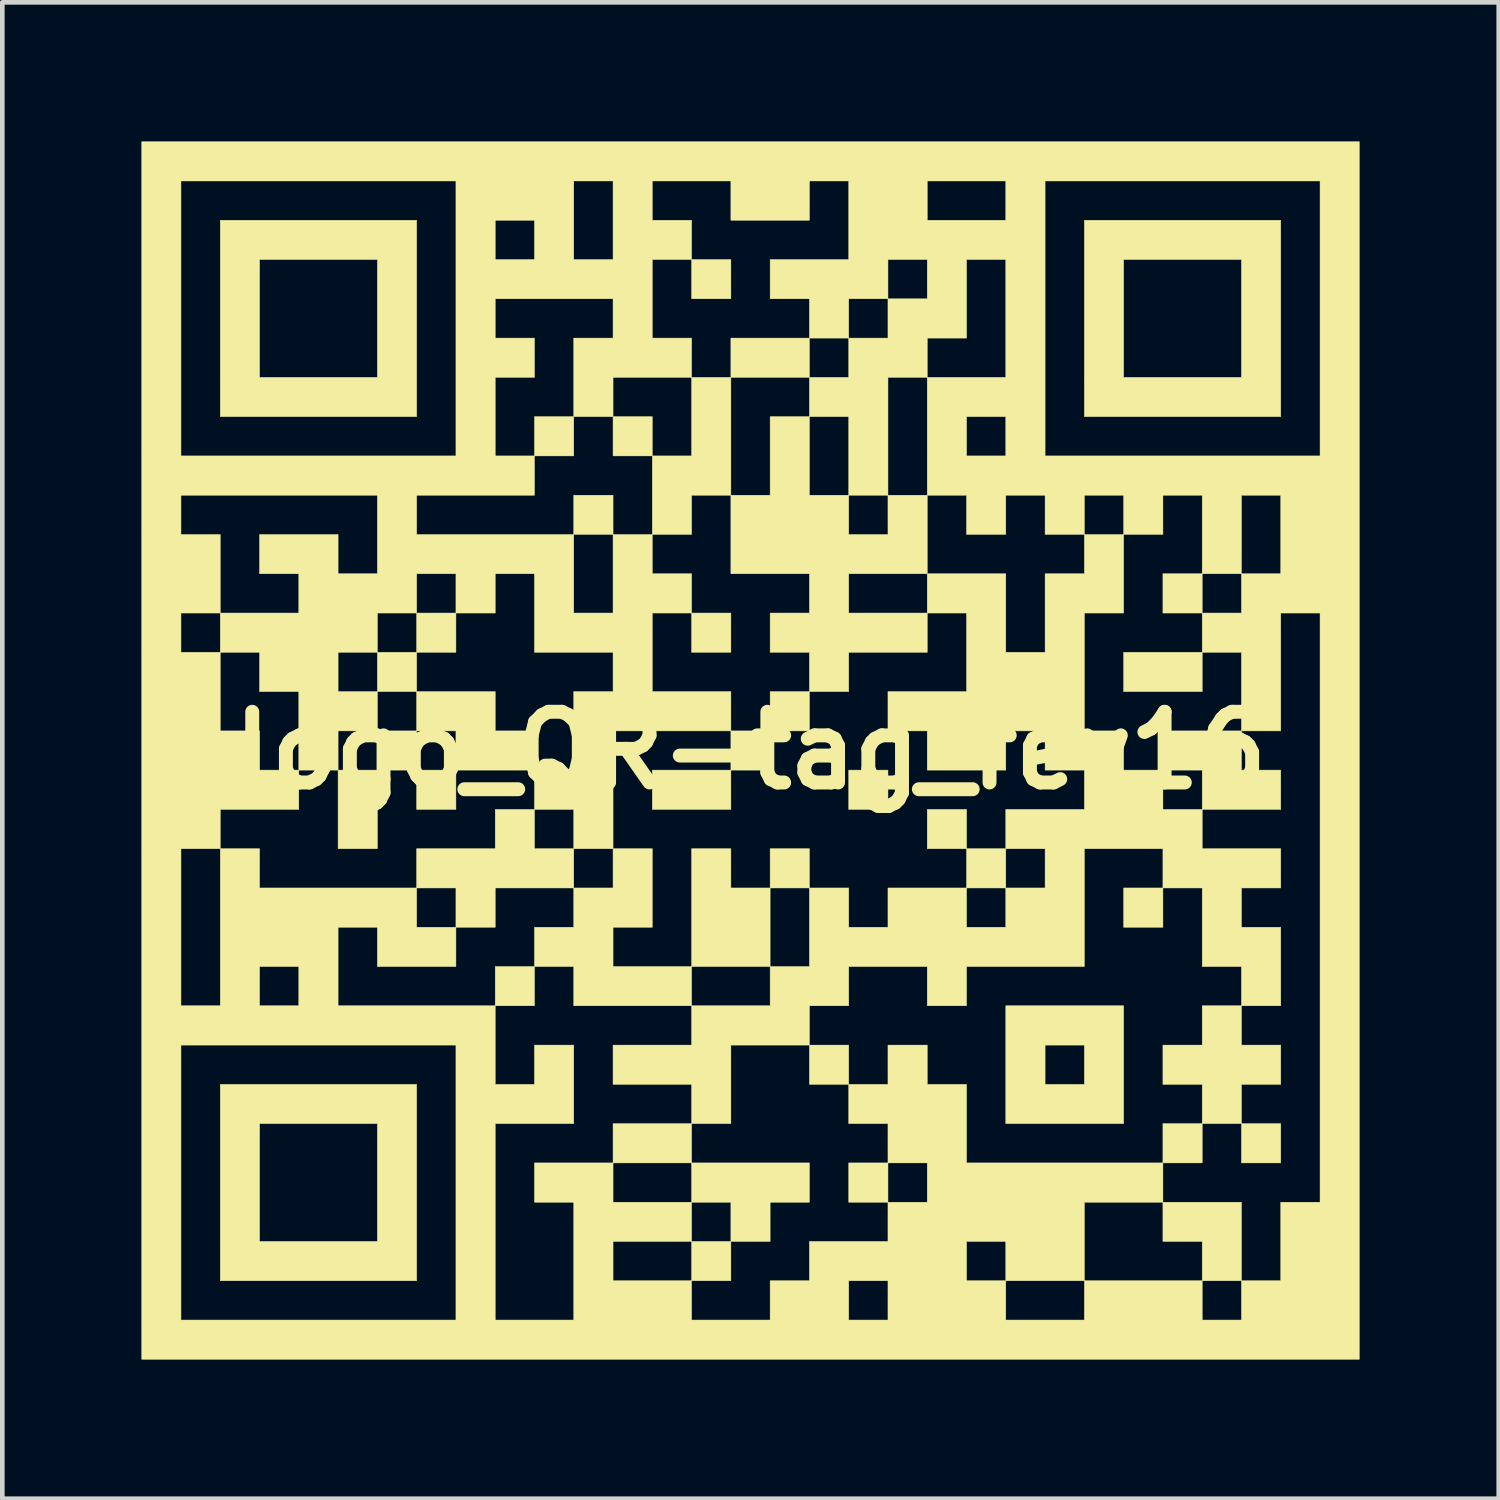
<source format=kicad_pcb>
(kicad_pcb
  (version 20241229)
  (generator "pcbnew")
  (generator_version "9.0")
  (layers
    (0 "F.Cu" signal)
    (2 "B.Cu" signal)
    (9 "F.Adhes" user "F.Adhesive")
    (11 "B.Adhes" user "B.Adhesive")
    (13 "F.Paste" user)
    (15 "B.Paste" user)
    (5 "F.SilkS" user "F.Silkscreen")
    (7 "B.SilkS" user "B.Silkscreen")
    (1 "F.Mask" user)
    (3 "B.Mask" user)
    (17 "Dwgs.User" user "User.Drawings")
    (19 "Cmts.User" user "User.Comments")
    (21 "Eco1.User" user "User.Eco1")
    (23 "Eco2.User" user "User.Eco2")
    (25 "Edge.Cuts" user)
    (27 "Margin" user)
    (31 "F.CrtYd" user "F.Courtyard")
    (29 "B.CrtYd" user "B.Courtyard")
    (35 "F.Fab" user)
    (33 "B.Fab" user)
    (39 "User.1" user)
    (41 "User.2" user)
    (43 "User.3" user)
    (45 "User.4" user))
  (footprint "logo_QR-tag_rev16"
    (layer "F.Cu")
    (at 13.128 13.128)
    (property "Reference" "logo_QR-tag_rev16" (at 0 0 0) (layer "F.SilkS") (effects (font (size 1.524 1.524) (thickness 0.3))))
    (attr through_hole)
    (fp_poly (pts (xy -8.043 -1.27) (xy -8.043 -2.117) (xy -7.197 -2.117) (xy -7.197 -1.27) (xy -8.043 -1.27)) (stroke (width 0.01) (type solid)) (fill yes) (layer "F.SilkS"))
    (fp_poly (pts (xy -8.043 2.117) (xy -8.89 2.117) (xy -8.89 0.423) (xy -8.043 0.423) (xy -8.043 2.117)) (stroke (width 0.01) (type solid)) (fill yes) (layer "F.SilkS"))
    (fp_poly (pts (xy -7.197 -2.963) (xy -6.35 -2.963) (xy -6.35 -2.117) (xy -7.197 -2.117) (xy -7.197 -2.963)) (stroke (width 0.01) (type solid)) (fill yes) (layer "F.SilkS"))
    (fp_poly (pts (xy -4.657 5.503) (xy -5.503 5.503) (xy -5.503 4.657) (xy -4.657 4.657) (xy -4.657 5.503)) (stroke (width 0.01) (type solid)) (fill yes) (layer "F.SilkS"))
    (fp_poly (pts (xy -3.81 -6.35) (xy -4.657 -6.35) (xy -4.657 -7.197) (xy -3.81 -7.197) (xy -3.81 -6.35)) (stroke (width 0.01) (type solid)) (fill yes) (layer "F.SilkS"))
    (fp_poly (pts (xy -2.963 -6.35) (xy -2.963 -7.197) (xy -2.117 -7.197) (xy -2.117 -6.35) (xy -2.963 -6.35)) (stroke (width 0.01) (type solid)) (fill yes) (layer "F.SilkS"))
    (fp_poly (pts (xy -2.963 -4.657) (xy -3.81 -4.657) (xy -3.81 -5.503) (xy -2.963 -5.503) (xy -2.963 -4.657)) (stroke (width 0.01) (type solid)) (fill yes) (layer "F.SilkS"))
    (fp_poly (pts (xy -2.963 8.89) (xy -2.963 8.043) (xy -1.27 8.043) (xy -1.27 8.89) (xy -2.963 8.89)) (stroke (width 0.01) (type solid)) (fill yes) (layer "F.SilkS"))
    (fp_poly (pts (xy -0.423 -9.737) (xy -1.27 -9.737) (xy -1.27 -10.583) (xy -0.423 -10.583) (xy -0.423 -9.737)) (stroke (width 0.01) (type solid)) (fill yes) (layer "F.SilkS"))
    (fp_poly (pts (xy -0.423 -8.89) (xy 1.27 -8.89) (xy 1.27 -8.043) (xy -0.423 -8.043) (xy -0.423 -8.89)) (stroke (width 0.01) (type solid)) (fill yes) (layer "F.SilkS"))
    (fp_poly (pts (xy -0.423 -2.117) (xy -1.27 -2.117) (xy -1.27 -2.963) (xy -0.423 -2.963) (xy -0.423 -2.117)) (stroke (width 0.01) (type solid)) (fill yes) (layer "F.SilkS"))
    (fp_poly (pts (xy -0.423 -0.423) (xy 0.423 -0.423) (xy 0.423 0.423) (xy -0.423 0.423) (xy -0.423 -0.423)) (stroke (width 0.01) (type solid)) (fill yes) (layer "F.SilkS"))
    (fp_poly (pts (xy -0.423 1.27) (xy -2.117 1.27) (xy -2.117 0.423) (xy -0.423 0.423) (xy -0.423 1.27)) (stroke (width 0.01) (type solid)) (fill yes) (layer "F.SilkS"))
    (fp_poly (pts (xy -0.423 11.43) (xy -1.27 11.43) (xy -1.27 10.583) (xy -0.423 10.583) (xy -0.423 11.43)) (stroke (width 0.01) (type solid)) (fill yes) (layer "F.SilkS"))
    (fp_poly (pts (xy 0.423 -1.27) (xy 1.27 -1.27) (xy 1.27 -0.423) (xy 0.423 -0.423) (xy 0.423 -1.27)) (stroke (width 0.01) (type solid)) (fill yes) (layer "F.SilkS"))
    (fp_poly (pts (xy 2.117 7.197) (xy 1.27 7.197) (xy 1.27 6.35) (xy 2.117 6.35) (xy 2.117 7.197)) (stroke (width 0.01) (type solid)) (fill yes) (layer "F.SilkS"))
    (fp_poly (pts (xy 2.963 1.27) (xy 2.117 1.27) (xy 2.117 0.423) (xy 2.963 0.423) (xy 2.963 1.27)) (stroke (width 0.01) (type solid)) (fill yes) (layer "F.SilkS"))
    (fp_poly (pts (xy 2.963 9.737) (xy 2.117 9.737) (xy 2.117 8.89) (xy 2.963 8.89) (xy 2.963 9.737)) (stroke (width 0.01) (type solid)) (fill yes) (layer "F.SilkS"))
    (fp_poly (pts (xy 3.81 2.117) (xy 3.81 1.27) (xy 4.657 1.27) (xy 4.657 2.117) (xy 3.81 2.117)) (stroke (width 0.01) (type solid)) (fill yes) (layer "F.SilkS"))
    (fp_poly (pts (xy 8.89 3.81) (xy 8.043 3.81) (xy 8.043 2.963) (xy 8.89 2.963) (xy 8.89 3.81)) (stroke (width 0.01) (type solid)) (fill yes) (layer "F.SilkS"))
    (fp_poly (pts (xy 9.737 -2.963) (xy 8.89 -2.963) (xy 8.89 -3.81) (xy 9.737 -3.81) (xy 9.737 -2.963)) (stroke (width 0.01) (type solid)) (fill yes) (layer "F.SilkS"))
    (fp_poly (pts (xy 9.737 -1.27) (xy 8.043 -1.27) (xy 8.043 -2.117) (xy 9.737 -2.117) (xy 9.737 -1.27)) (stroke (width 0.01) (type solid)) (fill yes) (layer "F.SilkS"))
    (fp_poly (pts (xy 9.737 8.89) (xy 8.89 8.89) (xy 8.89 8.043) (xy 9.737 8.043) (xy 9.737 8.89)) (stroke (width 0.01) (type solid)) (fill yes) (layer "F.SilkS"))
    (fp_poly (pts (xy 11.43 8.89) (xy 10.583 8.89) (xy 10.583 8.043) (xy 11.43 8.043) (xy 11.43 8.89)) (stroke (width 0.01) (type solid)) (fill yes) (layer "F.SilkS"))
    (fp_poly (pts (xy 10.583 11.43) (xy 9.737 11.43) (xy 9.737 10.583) (xy 8.89 10.583) (xy 8.89 9.737) (xy 10.583 9.737) (xy 10.583 11.43)) (stroke (width 0.01) (type solid)) (fill yes) (layer "F.SilkS"))
    (fp_poly (pts (xy -1.27 -5.503) (xy -1.27 -4.657) (xy -2.117 -4.657) (xy -2.117 -6.35) (xy -1.27 -6.35) (xy -1.27 -8.043) (xy -0.423 -8.043) (xy -0.423 -5.503) (xy -1.27 -5.503)) (stroke (width 0.01) (type solid)) (fill yes) (layer "F.SilkS"))
    (fp_poly (pts (xy -0.423 9.737) (xy -1.27 9.737) (xy -1.27 8.89) (xy 1.27 8.89) (xy 1.27 9.737) (xy 0.423 9.737) (xy 0.423 10.583) (xy -0.423 10.583) (xy -0.423 9.737)) (stroke (width 0.01) (type solid)) (fill yes) (layer "F.SilkS"))
    (fp_poly (pts (xy -7.197 -7.197) (xy -11.43 -7.197) (xy -11.43 -10.583) (xy -10.583 -10.583) (xy -10.583 -8.043) (xy -8.043 -8.043) (xy -8.043 -10.583) (xy -10.583 -10.583) (xy -11.43 -10.583) (xy -11.43 -11.43) (xy -7.197 -11.43) (xy -7.197 -7.197)) (stroke (width 0.01) (type solid)) (fill yes) (layer "F.SilkS"))
    (fp_poly (pts (xy -7.197 11.43) (xy -11.43 11.43) (xy -11.43 8.043) (xy -10.583 8.043) (xy -10.583 10.583) (xy -8.043 10.583) (xy -8.043 8.043) (xy -10.583 8.043) (xy -11.43 8.043) (xy -11.43 7.197) (xy -7.197 7.197) (xy -7.197 11.43)) (stroke (width 0.01) (type solid)) (fill yes) (layer "F.SilkS"))
    (fp_poly (pts (xy 8.043 8.043) (xy 5.503 8.043) (xy 5.503 6.35) (xy 6.35 6.35) (xy 6.35 7.197) (xy 7.197 7.197) (xy 7.197 6.35) (xy 6.35 6.35) (xy 5.503 6.35) (xy 5.503 5.503) (xy 8.043 5.503) (xy 8.043 8.043)) (stroke (width 0.01) (type solid)) (fill yes) (layer "F.SilkS"))
    (fp_poly (pts (xy 11.43 -7.197) (xy 7.197 -7.197) (xy 7.197 -10.583) (xy 8.043 -10.583) (xy 8.043 -8.043) (xy 10.583 -8.043) (xy 10.583 -10.583) (xy 8.043 -10.583) (xy 7.197 -10.583) (xy 7.197 -11.43) (xy 11.43 -11.43) (xy 11.43 -7.197)) (stroke (width 0.01) (type solid)) (fill yes) (layer "F.SilkS"))
    (fp_poly (pts (xy -5.503 2.963) (xy -5.503 3.81) (xy -6.35 3.81) (xy -6.35 2.963) (xy -7.197 2.963) (xy -7.197 2.117) (xy -5.503 2.117) (xy -5.503 1.27) (xy -4.657 1.27) (xy -4.657 2.117) (xy -3.81 2.117) (xy -3.81 2.963) (xy -5.503 2.963)) (stroke (width 0.01) (type solid)) (fill yes) (layer "F.SilkS"))
    (fp_poly (pts (xy 9.737 7.197) (xy 8.89 7.197) (xy 8.89 6.35) (xy 9.737 6.35) (xy 9.737 5.503) (xy 10.583 5.503) (xy 10.583 6.35) (xy 11.43 6.35) (xy 11.43 7.197) (xy 10.583 7.197) (xy 10.583 8.043) (xy 9.737 8.043) (xy 9.737 7.197)) (stroke (width 0.01) (type solid)) (fill yes) (layer "F.SilkS"))
    (fp_poly (pts (xy -8.043 -0.423) (xy -7.197 -0.423) (xy -7.197 0.423) (xy -6.35 0.423) (xy -6.35 -0.423) (xy -7.197 -0.423) (xy -7.197 -1.27) (xy -5.503 -1.27) (xy -5.503 -0.423) (xy -4.657 -0.423) (xy -4.657 0.423) (xy -6.35 0.423) (xy -6.35 1.27) (xy -7.197 1.27) (xy -7.197 0.423) (xy -8.043 0.423) (xy -8.043 -0.423)) (stroke (width 0.01) (type solid)) (fill yes) (layer "F.SilkS"))
    (fp_poly (pts (xy 3.81 -2.117) (xy 2.117 -2.117) (xy 2.117 -1.27) (xy 1.27 -1.27) (xy 1.27 -2.117) (xy 0.423 -2.117) (xy 0.423 -2.963) (xy 1.27 -2.963) (xy 1.27 -3.81) (xy -0.423 -3.81) (xy -0.423 -5.503) (xy 0.423 -5.503) (xy 0.423 -7.197) (xy 1.27 -7.197) (xy 1.27 -5.503) (xy 2.117 -5.503) (xy 2.117 -4.657) (xy 2.963 -4.657) (xy 2.963 -5.503) (xy 3.81 -5.503) (xy 3.81 -3.81) (xy 2.117 -3.81) (xy 2.117 -2.963) (xy 3.81 -2.963) (xy 3.81 -2.117)) (stroke (width 0.01) (type solid)) (fill yes) (layer "F.SilkS"))
    (fp_poly (pts (xy 10.583 4.657) (xy 9.737 4.657) (xy 9.737 2.963) (xy 8.89 2.963) (xy 8.89 2.117) (xy 7.197 2.117) (xy 7.197 4.657) (xy 4.657 4.657) (xy 4.657 5.503) (xy 3.81 5.503) (xy 3.81 4.657) (xy 2.117 4.657) (xy 2.117 5.503) (xy 1.27 5.503) (xy 1.27 6.35) (xy -0.423 6.35) (xy -0.423 8.043) (xy -1.27 8.043) (xy -1.27 7.197) (xy -2.963 7.197) (xy -2.963 6.35) (xy -1.27 6.35) (xy -1.27 5.503) (xy -3.81 5.503) (xy -3.81 4.657) (xy -4.657 4.657) (xy -4.657 3.81) (xy -3.81 3.81) (xy -3.81 2.963) (xy -2.963 2.963) (xy -2.963 2.117) (xy -2.117 2.117) (xy -2.117 3.81) (xy -2.963 3.81) (xy -2.963 4.657) (xy -1.27 4.657) (xy -1.27 5.503) (xy 0.423 5.503) (xy 0.423 4.657) (xy -1.27 4.657) (xy -1.27 2.117) (xy -0.423 2.117) (xy -0.423 2.963) (xy 0.423 2.963) (xy 0.423 4.657) (xy 1.27 4.657) (xy 1.27 2.963) (xy 0.423 2.963) (xy 0.423 2.117) (xy 1.27 2.117) (xy 1.27 2.963) (xy 2.117 2.963) (xy 2.117 3.81) (xy 2.963 3.81) (xy 2.963 2.963) (xy 4.657 2.963) (xy 4.657 3.81) (xy 5.503 3.81) (xy 5.503 2.963) (xy 4.657 2.963) (xy 4.657 2.117) (xy 5.503 2.117) (xy 5.503 2.963) (xy 6.35 2.963) (xy 6.35 2.117) (xy 5.503 2.117) (xy 5.503 1.27) (xy 7.197 1.27) (xy 7.197 0.423) (xy 6.35 0.423) (xy 6.35 -0.423) (xy 5.503 -0.423) (xy 5.503 0.423) (xy 3.81 0.423) (xy 3.81 -0.423) (xy 2.963 -0.423) (xy 2.963 -1.27) (xy 4.657 -1.27) (xy 4.657 -2.963) (xy 3.81 -2.963) (xy 3.81 -3.81) (xy 5.503 -3.81) (xy 5.503 -2.117) (xy 6.35 -2.117) (xy 6.35 -3.81) (xy 7.197 -3.81) (xy 7.197 -4.657) (xy 8.043 -4.657) (xy 8.043 -2.963) (xy 7.197 -2.963) (xy 7.197 -0.423) (xy 8.043 -0.423) (xy 8.043 0.423) (xy 8.89 0.423) (xy 8.89 1.27) (xy 9.737 1.27) (xy 9.737 0.423) (xy 8.89 0.423) (xy 8.89 -0.423) (xy 10.583 -0.423) (xy 10.583 0.423) (xy 11.43 0.423) (xy 11.43 1.27) (xy 9.737 1.27) (xy 9.737 2.117) (xy 11.43 2.117) (xy 11.43 2.963) (xy 10.583 2.963) (xy 10.583 3.81) (xy 11.43 3.81) (xy 11.43 5.503) (xy 10.583 5.503) (xy 10.583 4.657)) (stroke (width 0.01) (type solid)) (fill yes) (layer "F.SilkS"))
    (fp_poly (pts (xy 13.123 13.123) (xy -13.123 13.123) (xy -13.123 6.35) (xy -12.277 6.35) (xy -12.277 12.277) (xy -6.35 12.277) (xy -6.35 6.35) (xy -12.277 6.35) (xy -13.123 6.35) (xy -13.123 2.117) (xy -12.277 2.117) (xy -12.277 5.503) (xy -11.43 5.503) (xy -11.43 4.657) (xy -10.583 4.657) (xy -10.583 5.503) (xy -9.737 5.503) (xy -9.737 4.657) (xy -10.583 4.657) (xy -11.43 4.657) (xy -11.43 2.117) (xy -12.277 2.117) (xy -13.123 2.117) (xy -13.123 1.27) (xy -11.43 1.27) (xy -11.43 2.117) (xy -10.583 2.117) (xy -10.583 2.963) (xy -7.197 2.963) (xy -7.197 3.81) (xy -6.35 3.81) (xy -6.35 4.657) (xy -8.043 4.657) (xy -8.043 3.81) (xy -8.89 3.81) (xy -8.89 5.503) (xy -5.503 5.503) (xy -5.503 7.197) (xy -4.657 7.197) (xy -4.657 6.35) (xy -3.81 6.35) (xy -3.81 8.043) (xy -5.503 8.043) (xy -5.503 12.277) (xy -3.81 12.277) (xy -3.81 9.737) (xy -4.657 9.737) (xy -4.657 8.89) (xy -2.963 8.89) (xy -2.963 9.737) (xy -1.27 9.737) (xy -1.27 10.583) (xy -2.963 10.583) (xy -2.963 11.43) (xy -1.27 11.43) (xy -1.27 12.277) (xy 0.423 12.277) (xy 0.423 11.43) (xy 1.27 11.43) (xy 2.117 11.43) (xy 2.117 12.277) (xy 2.963 12.277) (xy 5.503 12.277) (xy 7.197 12.277) (xy 7.197 11.43) (xy 5.503 11.43) (xy 5.503 12.277) (xy 2.963 12.277) (xy 2.963 11.43) (xy 2.117 11.43) (xy 1.27 11.43) (xy 1.27 10.583) (xy 2.963 10.583) (xy 4.657 10.583) (xy 4.657 11.43) (xy 5.503 11.43) (xy 5.503 10.583) (xy 4.657 10.583) (xy 2.963 10.583) (xy 2.963 9.737) (xy 3.81 9.737) (xy 3.81 8.89) (xy 2.963 8.89) (xy 2.963 8.043) (xy 2.117 8.043) (xy 2.117 7.197) (xy 2.963 7.197) (xy 2.963 6.35) (xy 3.81 6.35) (xy 3.81 7.197) (xy 4.657 7.197) (xy 4.657 8.89) (xy 8.89 8.89) (xy 8.89 9.737) (xy 7.197 9.737) (xy 7.197 11.43) (xy 9.737 11.43) (xy 9.737 12.277) (xy 10.583 12.277) (xy 10.583 11.43) (xy 11.43 11.43) (xy 11.43 9.737) (xy 12.277 9.737) (xy 12.277 -2.963) (xy 11.43 -2.963) (xy 11.43 -0.423) (xy 10.583 -0.423) (xy 10.583 -2.117) (xy 9.737 -2.117) (xy 9.737 -2.963) (xy 10.583 -2.963) (xy 10.583 -3.81) (xy 9.737 -3.81) (xy 9.737 -5.503) (xy 10.583 -5.503) (xy 10.583 -3.81) (xy 11.43 -3.81) (xy 11.43 -5.503) (xy 10.583 -5.503) (xy 9.737 -5.503) (xy 8.89 -5.503) (xy 8.89 -4.657) (xy 8.043 -4.657) (xy 8.043 -5.503) (xy 7.197 -5.503) (xy 7.197 -4.657) (xy 6.35 -4.657) (xy 6.35 -5.503) (xy 5.503 -5.503) (xy 5.503 -4.657) (xy 4.657 -4.657) (xy 4.657 -5.503) (xy 3.81 -5.503) (xy 3.81 -7.197) (xy 4.657 -7.197) (xy 4.657 -6.35) (xy 5.503 -6.35) (xy 5.503 -7.197) (xy 4.657 -7.197) (xy 3.81 -7.197) (xy 3.81 -8.043) (xy 2.963 -8.043) (xy 2.963 -5.503) (xy 2.117 -5.503) (xy 2.117 -7.197) (xy 1.27 -7.197) (xy 1.27 -8.043) (xy 2.117 -8.043) (xy 2.117 -8.89) (xy 1.27 -8.89) (xy 1.27 -9.737) (xy 2.117 -9.737) (xy 2.117 -8.89) (xy 2.963 -8.89) (xy 3.81 -8.89) (xy 3.81 -8.043) (xy 5.503 -8.043) (xy 5.503 -10.583) (xy 4.657 -10.583) (xy 4.657 -8.89) (xy 3.81 -8.89) (xy 2.963 -8.89) (xy 2.963 -9.737) (xy 2.117 -9.737) (xy 1.27 -9.737) (xy 0.423 -9.737) (xy 0.423 -10.583) (xy 2.117 -10.583) (xy 2.963 -10.583) (xy 2.963 -9.737) (xy 3.81 -9.737) (xy 3.81 -10.583) (xy 2.963 -10.583) (xy 2.117 -10.583) (xy 2.117 -12.277) (xy 3.81 -12.277) (xy 3.81 -11.43) (xy 5.503 -11.43) (xy 5.503 -12.277) (xy 6.35 -12.277) (xy 6.35 -6.35) (xy 12.277 -6.35) (xy 12.277 -12.277) (xy 6.35 -12.277) (xy 5.503 -12.277) (xy 3.81 -12.277) (xy 2.117 -12.277) (xy 1.27 -12.277) (xy 1.27 -11.43) (xy -0.423 -11.43) (xy -0.423 -12.277) (xy -2.117 -12.277) (xy -2.117 -11.43) (xy -1.27 -11.43) (xy -1.27 -10.583) (xy -2.117 -10.583) (xy -2.117 -8.89) (xy -1.27 -8.89) (xy -1.27 -8.043) (xy -2.963 -8.043) (xy -2.963 -7.197) (xy -3.81 -7.197) (xy -3.81 -8.89) (xy -2.963 -8.89) (xy -2.963 -9.737) (xy -5.503 -9.737) (xy -5.503 -8.89) (xy -4.657 -8.89) (xy -4.657 -8.043) (xy -5.503 -8.043) (xy -5.503 -6.35) (xy -4.657 -6.35) (xy -4.657 -5.503) (xy -7.197 -5.503) (xy -7.197 -4.657) (xy -3.81 -4.657) (xy -3.81 -2.963) (xy -2.963 -2.963) (xy -2.963 -4.657) (xy -2.117 -4.657) (xy -2.117 -3.81) (xy -1.27 -3.81) (xy -1.27 -2.963) (xy -2.117 -2.963) (xy -2.117 -1.27) (xy -0.423 -1.27) (xy -0.423 -0.423) (xy -2.963 -0.423) (xy -2.963 2.117) (xy -3.81 2.117) (xy -3.81 1.27) (xy -4.657 1.27) (xy -4.657 0.423) (xy -3.81 0.423) (xy -3.81 -1.27) (xy -2.963 -1.27) (xy -2.963 -2.117) (xy -4.657 -2.117) (xy -4.657 -3.81) (xy -5.503 -3.81) (xy -5.503 -2.963) (xy -6.35 -2.963) (xy -6.35 -3.81) (xy -7.197 -3.81) (xy -7.197 -2.963) (xy -8.043 -2.963) (xy -8.043 -2.117) (xy -8.89 -2.117) (xy -8.89 -1.27) (xy -8.043 -1.27) (xy -8.043 -0.423) (xy -8.89 -0.423) (xy -8.89 0.423) (xy -9.737 0.423) (xy -9.737 1.27) (xy -11.43 1.27) (xy -13.123 1.27) (xy -13.123 -0.423) (xy -11.43 -0.423) (xy -10.583 -0.423) (xy -10.583 0.423) (xy -9.737 0.423) (xy -9.737 -1.27) (xy -10.583 -1.27) (xy -10.583 -2.117) (xy -11.43 -2.117) (xy -11.43 -0.423) (xy -13.123 -0.423) (xy -13.123 -2.963) (xy -12.277 -2.963) (xy -12.277 -2.117) (xy -11.43 -2.117) (xy -11.43 -2.963) (xy -12.277 -2.963) (xy -13.123 -2.963) (xy -13.123 -5.503) (xy -12.277 -5.503) (xy -12.277 -4.657) (xy -11.43 -4.657) (xy -11.43 -2.963) (xy -9.737 -2.963) (xy -9.737 -3.81) (xy -10.583 -3.81) (xy -10.583 -4.657) (xy -8.89 -4.657) (xy -8.89 -3.81) (xy -8.043 -3.81) (xy -8.043 -5.503) (xy -12.277 -5.503) (xy -13.123 -5.503) (xy -13.123 -12.277) (xy -12.277 -12.277) (xy -12.277 -6.35) (xy -6.35 -6.35) (xy -6.35 -11.43) (xy -5.503 -11.43) (xy -5.503 -10.583) (xy -4.657 -10.583) (xy -4.657 -11.43) (xy -5.503 -11.43) (xy -6.35 -11.43) (xy -6.35 -12.277) (xy -3.81 -12.277) (xy -3.81 -10.583) (xy -2.963 -10.583) (xy -2.963 -12.277) (xy -3.81 -12.277) (xy -6.35 -12.277) (xy -12.277 -12.277) (xy -13.123 -12.277) (xy -13.123 -13.123) (xy 13.123 -13.123) (xy 13.123 13.123)) (stroke (width 0.01) (type solid)) (fill yes) (layer "F.SilkS")))
  (gr_rect
    (start -3 -3)
    (end 29.257 29.257)
    (stroke (width 0.1) (type default))
    (fill no)
    (layer "Edge.Cuts")))
</source>
